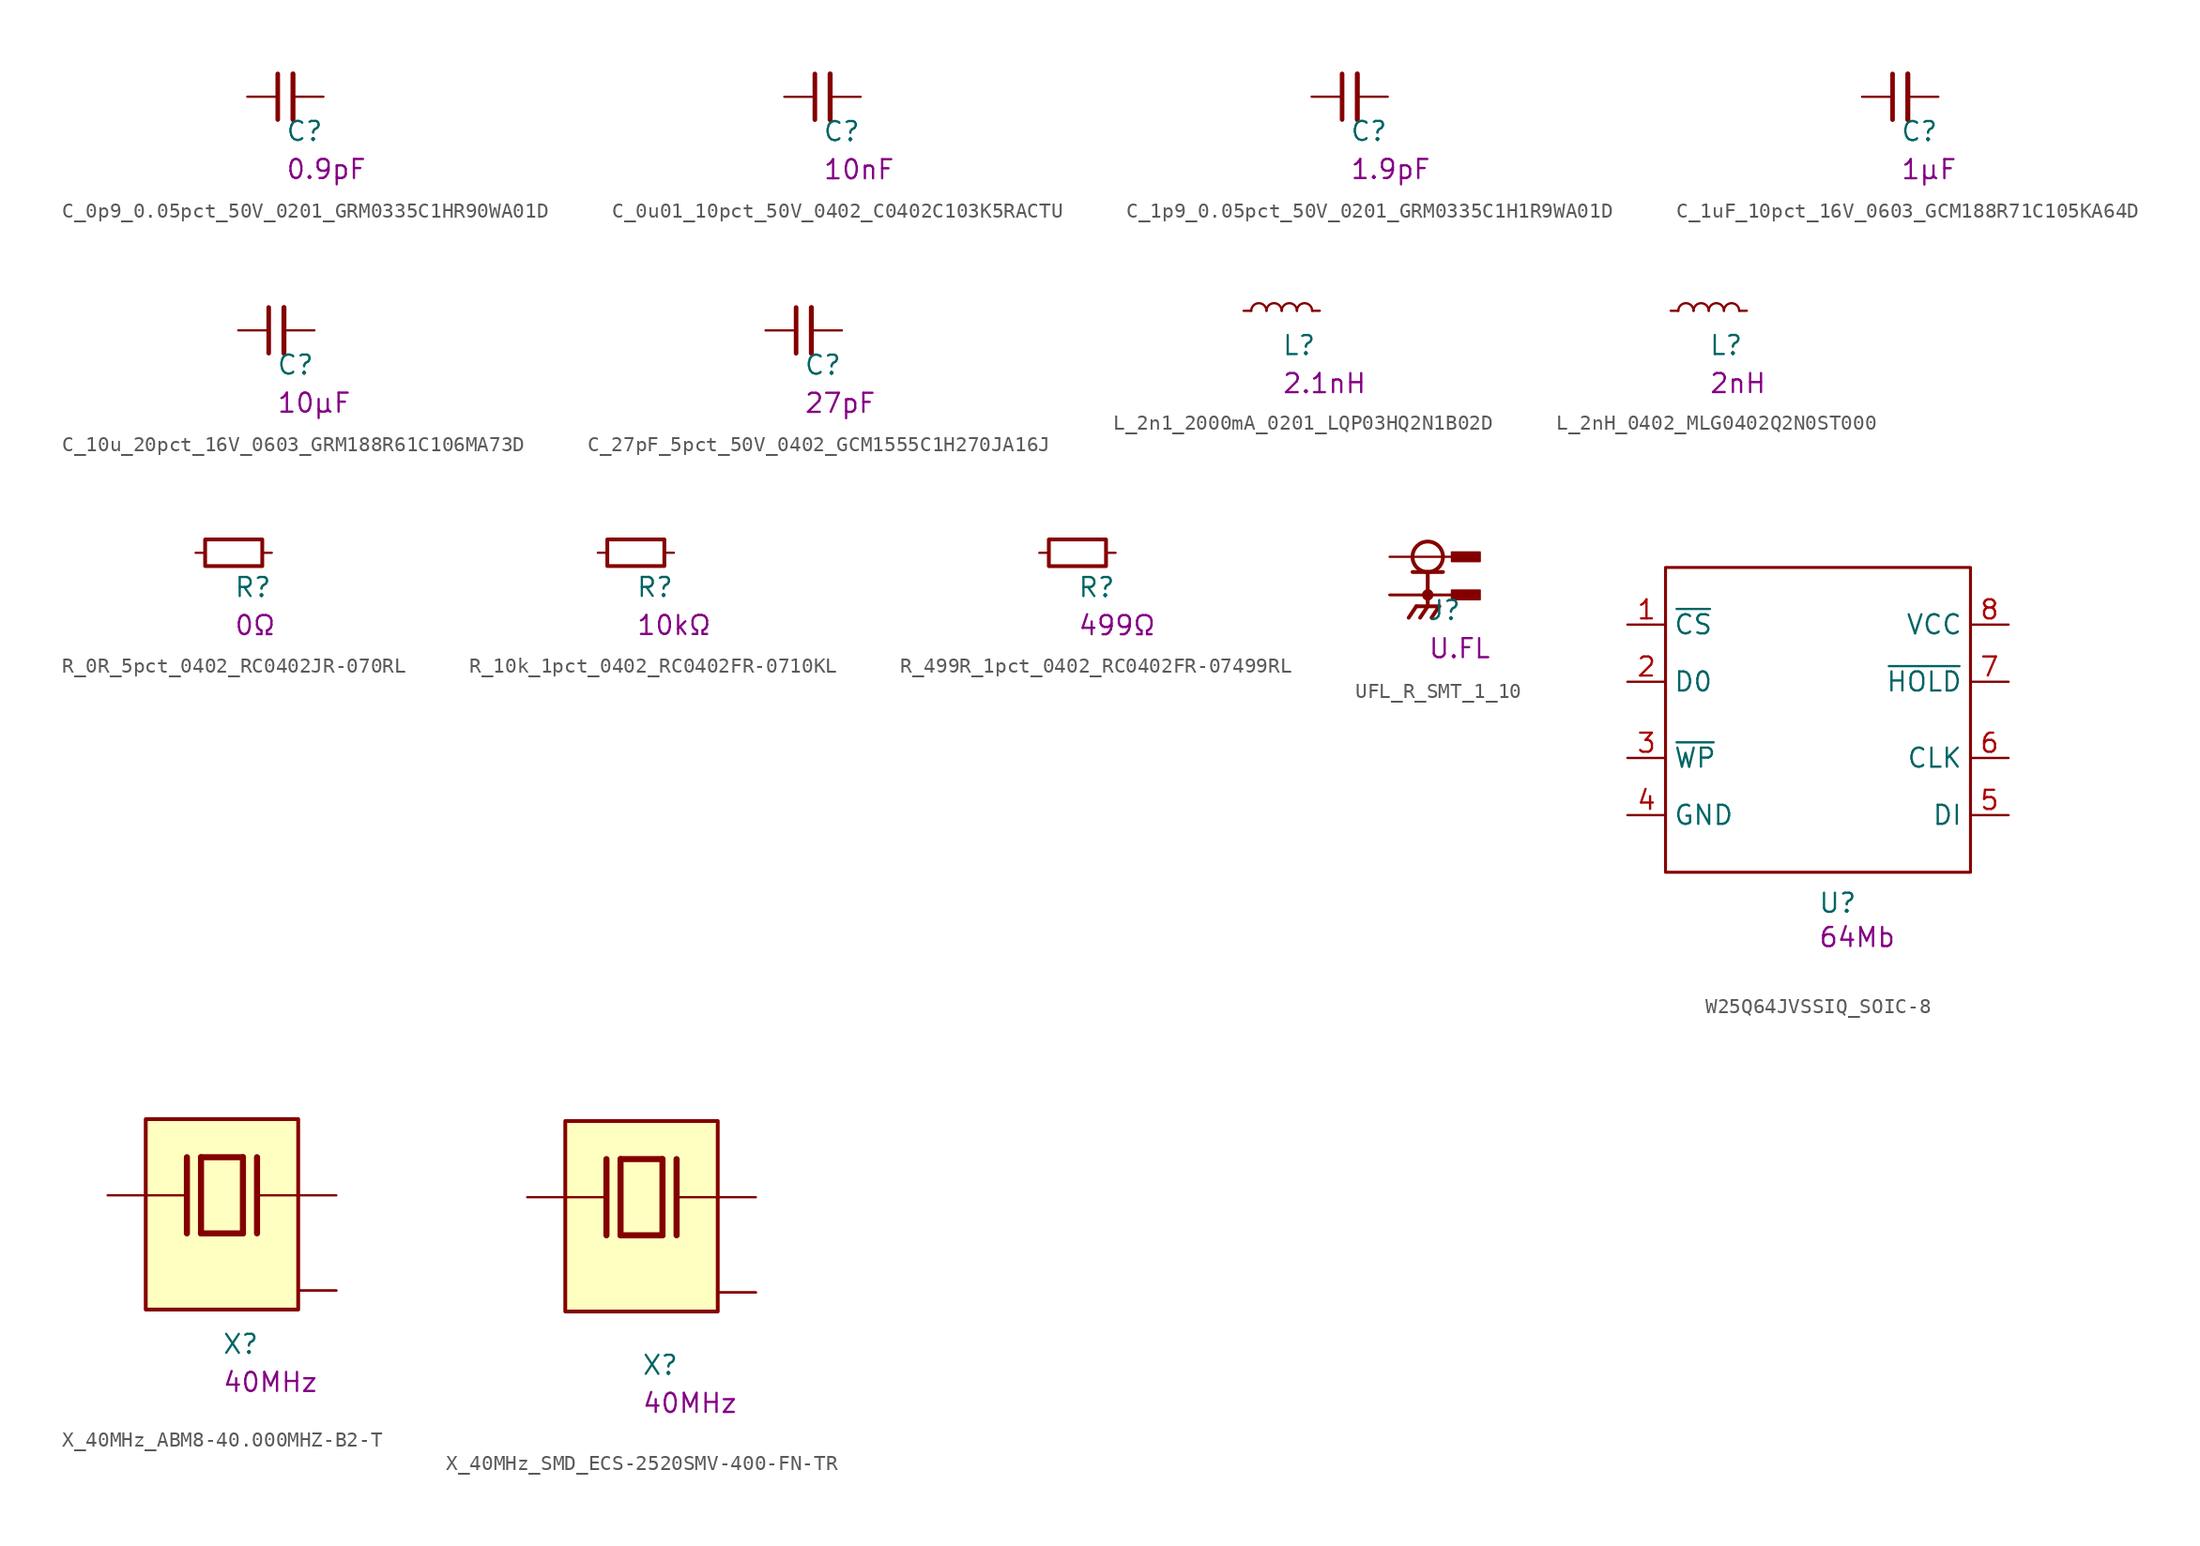
<source format=kicad_sym>
(kicad_symbol_lib
  (version 20231120)
  (generator "kicad_symbol_editor")
  (generator_version "8.0")
  (symbol "C_0p9_0.05pct_50V_0201_GRM0335C1HR90WA01D"
    (pin_numbers hide)
    (pin_names hide)
    (property "Reference" "C"
      (at 0 -3.048 0)
      (effects (font (size 1.27 1.27) (thickness 0.15)) (justify left bottom)))
    (property "Val" "0.9pF"
      (at 0 -5.588 0)
      (effects (font (size 1.27 1.27)) (justify left bottom)))
    (symbol "C_0p9_0.05pct_50V_0201_GRM0335C1HR90WA01D_0_1"
      (polyline (pts (xy -0.508 -1.524) (xy -0.508 1.524)) (stroke (width 0.305) (type default)) (fill (type none)))
      (polyline (pts (xy 0.508 -1.524) (xy 0.508 1.524)) (stroke (width 0.33) (type default)) (fill (type none))))
    (symbol "C_0p9_0.05pct_50V_0201_GRM0335C1HR90WA01D_1_1"
      (pin passive line (at -2.54 0 0) (length 2.032) (name "~" (effects (font (size 1.27 1.27)))) (number "1" (effects (font (size 1.27 1.27)))))
      (pin passive line (at 2.54 0 180) (length 2.032) (name "~" (effects (font (size 1.27 1.27)))) (number "2" (effects (font (size 1.27 1.27)))))))
  (symbol "C_0u01_10pct_50V_0402_C0402C103K5RACTU"
    (pin_numbers hide)
    (pin_names hide)
    (property "Reference" "C"
      (at 0 -3.048 0)
      (effects (font (size 1.27 1.27) (thickness 0.15)) (justify left bottom)))
    (property "Val" "10nF"
      (at 0 -5.588 0)
      (effects (font (size 1.27 1.27)) (justify left bottom)))
    (symbol "C_0u01_10pct_50V_0402_C0402C103K5RACTU_0_1"
      (polyline (pts (xy -0.508 -1.524) (xy -0.508 1.524)) (stroke (width 0.305) (type default)) (fill (type none)))
      (polyline (pts (xy 0.508 -1.524) (xy 0.508 1.524)) (stroke (width 0.33) (type default)) (fill (type none))))
    (symbol "C_0u01_10pct_50V_0402_C0402C103K5RACTU_1_1"
      (pin passive line (at -2.54 0 0) (length 2.032) (name "~" (effects (font (size 1.27 1.27)))) (number "1" (effects (font (size 1.27 1.27)))))
      (pin passive line (at 2.54 0 180) (length 2.032) (name "~" (effects (font (size 1.27 1.27)))) (number "2" (effects (font (size 1.27 1.27)))))))
  (symbol "C_1p9_0.05pct_50V_0201_GRM0335C1H1R9WA01D"
    (pin_numbers hide)
    (pin_names hide)
    (property "Reference" "C"
      (at 0 -3.048 0)
      (effects (font (size 1.27 1.27) (thickness 0.15)) (justify left bottom)))
    (property "Val" "1.9pF"
      (at 0 -5.588 0)
      (effects (font (size 1.27 1.27)) (justify left bottom)))
    (symbol "C_1p9_0.05pct_50V_0201_GRM0335C1H1R9WA01D_0_1"
      (polyline (pts (xy -0.508 -1.524) (xy -0.508 1.524)) (stroke (width 0.305) (type default)) (fill (type none)))
      (polyline (pts (xy 0.508 -1.524) (xy 0.508 1.524)) (stroke (width 0.33) (type default)) (fill (type none))))
    (symbol "C_1p9_0.05pct_50V_0201_GRM0335C1H1R9WA01D_1_1"
      (pin passive line (at -2.54 0 0) (length 2.032) (name "~" (effects (font (size 1.27 1.27)))) (number "1" (effects (font (size 1.27 1.27)))))
      (pin passive line (at 2.54 0 180) (length 2.032) (name "~" (effects (font (size 1.27 1.27)))) (number "2" (effects (font (size 1.27 1.27)))))))
  (symbol "C_1uF_10pct_16V_0603_GCM188R71C105KA64D"
    (pin_numbers hide)
    (pin_names hide)
    (property "Reference" "C"
      (at 0 -3.048 0)
      (effects (font (size 1.27 1.27) (thickness 0.15)) (justify left bottom)))
    (property "Val" "1µF"
      (at 0 -5.588 0)
      (effects (font (size 1.27 1.27)) (justify left bottom)))
    (symbol "C_1uF_10pct_16V_0603_GCM188R71C105KA64D_0_1"
      (polyline (pts (xy -0.508 -1.524) (xy -0.508 1.524)) (stroke (width 0.305) (type default)) (fill (type none)))
      (polyline (pts (xy 0.508 -1.524) (xy 0.508 1.524)) (stroke (width 0.33) (type default)) (fill (type none))))
    (symbol "C_1uF_10pct_16V_0603_GCM188R71C105KA64D_1_1"
      (pin passive line (at -2.54 0 0) (length 2.032) (name "~" (effects (font (size 1.27 1.27)))) (number "1" (effects (font (size 1.27 1.27)))))
      (pin passive line (at 2.54 0 180) (length 2.032) (name "~" (effects (font (size 1.27 1.27)))) (number "2" (effects (font (size 1.27 1.27)))))))
  (symbol "C_10u_20pct_16V_0603_GRM188R61C106MA73D"
    (pin_numbers hide)
    (pin_names hide)
    (property "Reference" "C"
      (at 0 -3.048 0)
      (effects (font (size 1.27 1.27) (thickness 0.15)) (justify left bottom)))
    (property "Val" "10µF"
      (at 0 -5.588 0)
      (effects (font (size 1.27 1.27)) (justify left bottom)))
    (symbol "C_10u_20pct_16V_0603_GRM188R61C106MA73D_0_1"
      (polyline (pts (xy -0.508 -1.524) (xy -0.508 1.524)) (stroke (width 0.305) (type default)) (fill (type none)))
      (polyline (pts (xy 0.508 -1.524) (xy 0.508 1.524)) (stroke (width 0.33) (type default)) (fill (type none))))
    (symbol "C_10u_20pct_16V_0603_GRM188R61C106MA73D_1_1"
      (pin passive line (at -2.54 0 0) (length 2.032) (name "~" (effects (font (size 1.27 1.27)))) (number "1" (effects (font (size 1.27 1.27)))))
      (pin passive line (at 2.54 0 180) (length 2.032) (name "~" (effects (font (size 1.27 1.27)))) (number "2" (effects (font (size 1.27 1.27)))))))
  (symbol "C_27pF_5pct_50V_0402_GCM1555C1H270JA16J"
    (pin_numbers hide)
    (pin_names hide)
    (property "Reference" "C"
      (at 0 -3.048 0)
      (effects (font (size 1.27 1.27) (thickness 0.15)) (justify left bottom)))
    (property "Val" "27pF"
      (at 0 -5.588 0)
      (effects (font (size 1.27 1.27)) (justify left bottom)))
    (symbol "C_27pF_5pct_50V_0402_GCM1555C1H270JA16J_0_1"
      (polyline (pts (xy -0.508 -1.524) (xy -0.508 1.524)) (stroke (width 0.305) (type default)) (fill (type none)))
      (polyline (pts (xy 0.508 -1.524) (xy 0.508 1.524)) (stroke (width 0.33) (type default)) (fill (type none))))
    (symbol "C_27pF_5pct_50V_0402_GCM1555C1H270JA16J_1_1"
      (pin passive line (at -2.54 0 0) (length 2.032) (name "~" (effects (font (size 1.27 1.27)))) (number "1" (effects (font (size 1.27 1.27)))))
      (pin passive line (at 2.54 0 180) (length 2.032) (name "~" (effects (font (size 1.27 1.27)))) (number "2" (effects (font (size 1.27 1.27)))))))
  (symbol "L_2n1_2000mA_0201_LQP03HQ2N1B02D"
    (pin_numbers hide)
    (pin_names hide)
    (property "Reference" "L"
      (at 0 -3.048 0)
      (effects (font (size 1.27 1.27) (thickness 0.15)) (justify left bottom)))
    (property "Val" "2.1nH"
      (at 0 -5.588 0)
      (effects (font (size 1.27 1.27)) (justify left bottom)))
    (symbol "L_2n1_2000mA_0201_LQP03HQ2N1B02D_0_1"
      (arc (start -1.016 0) (mid -1.524 0.5058) (end -2.032 0) (stroke (width 0) (type default)) (fill (type none)))
      (arc (start 0 0) (mid -0.508 0.5058) (end -1.016 0) (stroke (width 0) (type default)) (fill (type none)))
      (arc (start 1.016 0) (mid 0.508 0.5058) (end 0 0) (stroke (width 0) (type default)) (fill (type none)))
      (arc (start 2.032 0) (mid 1.524 0.5058) (end 1.016 0) (stroke (width 0) (type default)) (fill (type none))))
    (symbol "L_2n1_2000mA_0201_LQP03HQ2N1B02D_1_1"
      (pin passive line (at -2.54 0 0) (length 0.508) (name "~" (effects (font (size 1.27 1.27)))) (number "1" (effects (font (size 1.27 1.27)))))
      (pin passive line (at 2.54 0 180) (length 0.508) (name "~" (effects (font (size 1.27 1.27)))) (number "2" (effects (font (size 1.27 1.27)))))))
  (symbol "L_2nH_0402_MLG0402Q2N0ST000"
    (pin_numbers hide)
    (pin_names hide)
    (property "Reference" "L"
      (at 0 -3.048 0)
      (effects (font (size 1.27 1.27) (thickness 0.15)) (justify left bottom)))
    (property "Val" "2nH"
      (at 0 -5.588 0)
      (effects (font (size 1.27 1.27)) (justify left bottom)))
    (symbol "L_2nH_0402_MLG0402Q2N0ST000_0_1"
      (arc (start -1.016 0) (mid -1.524 0.5058) (end -2.032 0) (stroke (width 0) (type default)) (fill (type none)))
      (arc (start 0 0) (mid -0.508 0.5058) (end -1.016 0) (stroke (width 0) (type default)) (fill (type none)))
      (arc (start 1.016 0) (mid 0.508 0.5058) (end 0 0) (stroke (width 0) (type default)) (fill (type none)))
      (arc (start 2.032 0) (mid 1.524 0.5058) (end 1.016 0) (stroke (width 0) (type default)) (fill (type none))))
    (symbol "L_2nH_0402_MLG0402Q2N0ST000_1_1"
      (pin passive line (at -2.54 0 0) (length 0.508) (name "~" (effects (font (size 1.27 1.27)))) (number "1" (effects (font (size 1.27 1.27)))))
      (pin passive line (at 2.54 0 180) (length 0.508) (name "~" (effects (font (size 1.27 1.27)))) (number "2" (effects (font (size 1.27 1.27)))))))
  (symbol "R_0R_5pct_0402_RC0402JR-070RL"
    (pin_numbers hide)
    (pin_names hide)
    (property "Reference" "R"
      (at 0 -3.048 0)
      (effects (font (size 1.27 1.27) (thickness 0.15)) (justify left bottom)))
    (property "Val" "0Ω"
      (at 0 -5.588 0)
      (effects (font (size 1.27 1.27)) (justify left bottom)))
    (symbol "R_0R_5pct_0402_RC0402JR-070RL_0_1"
      (rectangle (start -1.905 0.889) (end 1.905 -0.889) (stroke (width 0.254) (type default)) (fill (type none))))
    (symbol "R_0R_5pct_0402_RC0402JR-070RL_1_1"
      (pin passive line (at -2.54 0 0) (length 0.635) (name "~" (effects (font (size 1.27 1.27)))) (number "1" (effects (font (size 1.27 1.27)))))
      (pin passive line (at 2.54 0 180) (length 0.635) (name "~" (effects (font (size 1.27 1.27)))) (number "2" (effects (font (size 1.27 1.27)))))))
  (symbol "R_10k_1pct_0402_RC0402FR-0710KL"
    (pin_numbers hide)
    (pin_names hide)
    (property "Reference" "R"
      (at 0 -3.048 0)
      (effects (font (size 1.27 1.27) (thickness 0.15)) (justify left bottom)))
    (property "Val" "10kΩ"
      (at 0 -5.588 0)
      (effects (font (size 1.27 1.27)) (justify left bottom)))
    (symbol "R_10k_1pct_0402_RC0402FR-0710KL_0_1"
      (rectangle (start -1.905 0.889) (end 1.905 -0.889) (stroke (width 0.254) (type default)) (fill (type none))))
    (symbol "R_10k_1pct_0402_RC0402FR-0710KL_1_1"
      (pin passive line (at -2.54 0 0) (length 0.635) (name "~" (effects (font (size 1.27 1.27)))) (number "1" (effects (font (size 1.27 1.27)))))
      (pin passive line (at 2.54 0 180) (length 0.635) (name "~" (effects (font (size 1.27 1.27)))) (number "2" (effects (font (size 1.27 1.27)))))))
  (symbol "R_499R_1pct_0402_RC0402FR-07499RL"
    (pin_numbers hide)
    (pin_names hide)
    (property "Reference" "R"
      (at 0 -3.048 0)
      (effects (font (size 1.27 1.27) (thickness 0.15)) (justify left bottom)))
    (property "Val" "499Ω"
      (at 0 -5.588 0)
      (effects (font (size 1.27 1.27)) (justify left bottom)))
    (symbol "R_499R_1pct_0402_RC0402FR-07499RL_0_1"
      (rectangle (start -1.905 0.889) (end 1.905 -0.889) (stroke (width 0.254) (type default)) (fill (type none))))
    (symbol "R_499R_1pct_0402_RC0402FR-07499RL_1_1"
      (pin passive line (at -2.54 0 0) (length 0.635) (name "~" (effects (font (size 1.27 1.27)))) (number "1" (effects (font (size 1.27 1.27)))))
      (pin passive line (at 2.54 0 180) (length 0.635) (name "~" (effects (font (size 1.27 1.27)))) (number "2" (effects (font (size 1.27 1.27)))))))
  (symbol "UFL_R_SMT_1_10"
    (pin_numbers hide)
    (pin_names hide)
    (property "Reference" "J"
      (at 0 -3.048 0)
      (effects (font (size 1.27 1.27) (thickness 0.15)) (justify left bottom)))
    (property "Val" "U.FL"
      (at 0 -5.588 0)
      (effects (font (size 1.27 1.27)) (justify left bottom)))
    (symbol "UFL_R_SMT_1_10_0_0"
      (circle (center 0 -1.27) (radius 0.254) (stroke (width 0.254) (type default)) (fill (type none)))
      (polyline (pts (xy -1.016 0.254) (xy 0 0.254)) (stroke (width 0.254) (type default)) (fill (type none)))
      (polyline (pts (xy -0.762 -2.032) (xy -1.27 -2.794)) (stroke (width 0.254) (type default)) (fill (type none)))
      (polyline (pts (xy 0 -2.032) (xy -0.762 -2.032)) (stroke (width 0.254) (type default)) (fill (type none)))
      (polyline (pts (xy 0 -2.032) (xy -0.508 -2.794)) (stroke (width 0.254) (type default)) (fill (type none)))
      (polyline (pts (xy 0 -2.032) (xy 0.762 -2.032)) (stroke (width 0.254) (type default)) (fill (type none)))
      (polyline (pts (xy 0 0.254) (xy 0 -2.032)) (stroke (width 0.254) (type default)) (fill (type none)))
      (polyline (pts (xy 0 0.254) (xy 1.016 0.254)) (stroke (width 0.254) (type default)) (fill (type none)))
      (polyline (pts (xy 0.762 -2.032) (xy 0.254 -2.794)) (stroke (width 0.254) (type default)) (fill (type none)))
      (circle (center 0 1.27) (radius 1.016) (stroke (width 0.254) (type default)) (fill (type none)))
      (rectangle (start 1.587 -1.587) (end 3.493 -0.953) (stroke (width 0.1) (type default)) (fill (type outline)))
      (rectangle (start 1.587 0.953) (end 3.493 1.587) (stroke (width 0.1) (type default)) (fill (type outline)))
      (pin passive line (at -2.54 1.27 0) (length 5.08) (name "~" (effects (font (size 1.016 1.016)))) (number "1" (effects (font (size 1.016 1.016)))))
      (pin passive line (at -2.54 -1.27 0) (length 5.08) (name "~" (effects (font (size 1.016 1.016)))) (number "S1" (effects (font (size 1.016 1.016)))))
      (pin passive line (at -2.54 -1.27 0) (length 5.08) (name "~" (effects (font (size 1.016 1.016)))) (number "S2" (effects (font (size 1.016 1.016)))))
      (pin passive line (at -2.54 -1.27 0) (length 5.08) (name "~" (effects (font (size 1.016 1.016)))) (number "S3" (effects (font (size 1.016 1.016)))))))
  (symbol "W25Q64JVSSIQ_SOIC-8"
    (property "Reference" "U"
      (at 0 -12.954 0)
      (effects (font (size 1.27 1.27) (thickness 0.15)) (justify left bottom)))
    (property "Val" "64Mb"
      (at 0 -15.24 0)
      (effects (font (size 1.27 1.27)) (justify left bottom)))
    (symbol "W25Q64JVSSIQ_SOIC-8_0_1"
      (rectangle (start -10.16 10.16) (end 10.16 -10.16) (stroke (width 0.2) (type solid)) (fill (type none))))
    (symbol "W25Q64JVSSIQ_SOIC-8_1_1"
      (pin bidirectional line (at -12.7 6.35 0) (length 2.54) (name "~{CS}" (effects (font (size 1.27 1.27)))) (number "1" (effects (font (size 1.27 1.27)))))
      (pin bidirectional line (at -12.7 2.54 0) (length 2.54) (name "D0" (effects (font (size 1.27 1.27)))) (number "2" (effects (font (size 1.27 1.27)))))
      (pin bidirectional line (at -12.7 -2.54 0) (length 2.54) (name "~{WP}" (effects (font (size 1.27 1.27)))) (number "3" (effects (font (size 1.27 1.27)))))
      (pin bidirectional line (at -12.7 -6.35 0) (length 2.54) (name "GND" (effects (font (size 1.27 1.27)))) (number "4" (effects (font (size 1.27 1.27)))))
      (pin bidirectional line (at 12.7 -6.35 180) (length 2.54) (name "DI" (effects (font (size 1.27 1.27)))) (number "5" (effects (font (size 1.27 1.27)))))
      (pin bidirectional line (at 12.7 -2.54 180) (length 2.54) (name "CLK" (effects (font (size 1.27 1.27)))) (number "6" (effects (font (size 1.27 1.27)))))
      (pin bidirectional line (at 12.7 2.54 180) (length 2.54) (name "~{HOLD}" (effects (font (size 1.27 1.27)))) (number "7" (effects (font (size 1.27 1.27)))))
      (pin bidirectional line (at 12.7 6.35 180) (length 2.54) (name "VCC" (effects (font (size 1.27 1.27)))) (number "8" (effects (font (size 1.27 1.27)))))))
  (symbol "X_40MHz_ABM8-40.000MHZ-B2-T"
    (pin_numbers hide)
    (pin_names hide)
    (property "Reference" "X"
      (at 0 -9.398 0)
      (effects (font (size 1.27 1.27) (thickness 0.15)) (justify left bottom)))
    (property "Val" "40MHz"
      (at 0 -11.938 0)
      (effects (font (size 1.27 1.27)) (justify left bottom)))
    (symbol "X_40MHz_ABM8-40.000MHZ-B2-T_0_0"
      (rectangle (start -5.08 6.35) (end 5.08 -6.35) (stroke (width 0.254) (type default)) (fill (type background)))
      (polyline (pts (xy -5.08 1.27) (xy -2.54 1.27)) (stroke (width 0.152) (type default)) (fill (type none)))
      (polyline (pts (xy -2.337 3.81) (xy -2.337 -1.27)) (stroke (width 0.406) (type default)) (fill (type none)))
      (polyline (pts (xy -1.397 3.81) (xy -1.397 -1.27)) (stroke (width 0.406) (type default)) (fill (type none)))
      (polyline (pts (xy -1.397 3.81) (xy 1.397 3.81)) (stroke (width 0.406) (type default)) (fill (type none)))
      (polyline (pts (xy 1.397 -1.27) (xy -1.397 -1.27)) (stroke (width 0.406) (type default)) (fill (type none)))
      (polyline (pts (xy 1.397 3.81) (xy 1.397 -1.27)) (stroke (width 0.406) (type default)) (fill (type none)))
      (polyline (pts (xy 2.337 3.81) (xy 2.337 -1.27)) (stroke (width 0.406) (type default)) (fill (type none)))
      (polyline (pts (xy 2.54 1.27) (xy 5.08 1.27)) (stroke (width 0.152) (type default)) (fill (type none)))
      (pin passive line (at -7.62 1.27 0) (length 2.54) (name "~" (effects (font (size 1.016 1.016)))) (number "1" (effects (font (size 1.016 1.016)))))
      (pin power_in line (at 7.62 -5.08 180) (length 2.54) (name "GND" (effects (font (size 1.016 1.016)))) (number "2" (effects (font (size 1.016 1.016)))))
      (pin passive line (at 7.62 1.27 180) (length 2.54) (name "~" (effects (font (size 1.016 1.016)))) (number "3" (effects (font (size 1.016 1.016)))))
      (pin power_in line (at 7.62 -5.08 180) (length 2.54) (name "GND" (effects (font (size 1.016 1.016)))) (number "4" (effects (font (size 1.016 1.016)))))))
  (symbol "X_40MHz_SMD_ECS-2520SMV-400-FN-TR"
    (pin_numbers hide)
    (pin_names hide)
    (property "Reference" "X"
      (at 0 -11.938 0)
      (effects (font (size 1.27 1.27) (thickness 0.15)) (justify left bottom)))
    (property "Val" "40MHz"
      (at 0 -14.478 0)
      (effects (font (size 1.27 1.27)) (justify left bottom)))
    (symbol "X_40MHz_SMD_ECS-2520SMV-400-FN-TR_0_0"
      (rectangle (start -5.08 5.08) (end 5.08 -7.62) (stroke (width 0.254) (type default)) (fill (type background)))
      (polyline (pts (xy -5.08 0) (xy -2.54 0)) (stroke (width 0.152) (type default)) (fill (type none)))
      (polyline (pts (xy -2.337 2.54) (xy -2.337 -2.54)) (stroke (width 0.406) (type default)) (fill (type none)))
      (polyline (pts (xy -1.397 2.54) (xy -1.397 -2.54)) (stroke (width 0.406) (type default)) (fill (type none)))
      (polyline (pts (xy -1.397 2.54) (xy 1.397 2.54)) (stroke (width 0.406) (type default)) (fill (type none)))
      (polyline (pts (xy 1.397 -2.54) (xy -1.397 -2.54)) (stroke (width 0.406) (type default)) (fill (type none)))
      (polyline (pts (xy 1.397 2.54) (xy 1.397 -2.54)) (stroke (width 0.406) (type default)) (fill (type none)))
      (polyline (pts (xy 2.337 2.54) (xy 2.337 -2.54)) (stroke (width 0.406) (type default)) (fill (type none)))
      (polyline (pts (xy 2.54 0) (xy 5.08 0)) (stroke (width 0.152) (type default)) (fill (type none)))
      (pin passive line (at -7.62 0 0) (length 2.54) (name "~" (effects (font (size 1.016 1.016)))) (number "1" (effects (font (size 1.016 1.016)))))
      (pin power_in line (at 7.62 -6.35 180) (length 2.54) (name "GND" (effects (font (size 1.016 1.016)))) (number "2" (effects (font (size 1.016 1.016)))))
      (pin passive line (at 7.62 0 180) (length 2.54) (name "~" (effects (font (size 1.016 1.016)))) (number "3" (effects (font (size 1.016 1.016)))))
      (pin power_in line (at 7.62 -6.35 180) (length 2.54) (name "GND" (effects (font (size 1.016 1.016)))) (number "4" (effects (font (size 1.016 1.016))))))))
</source>
